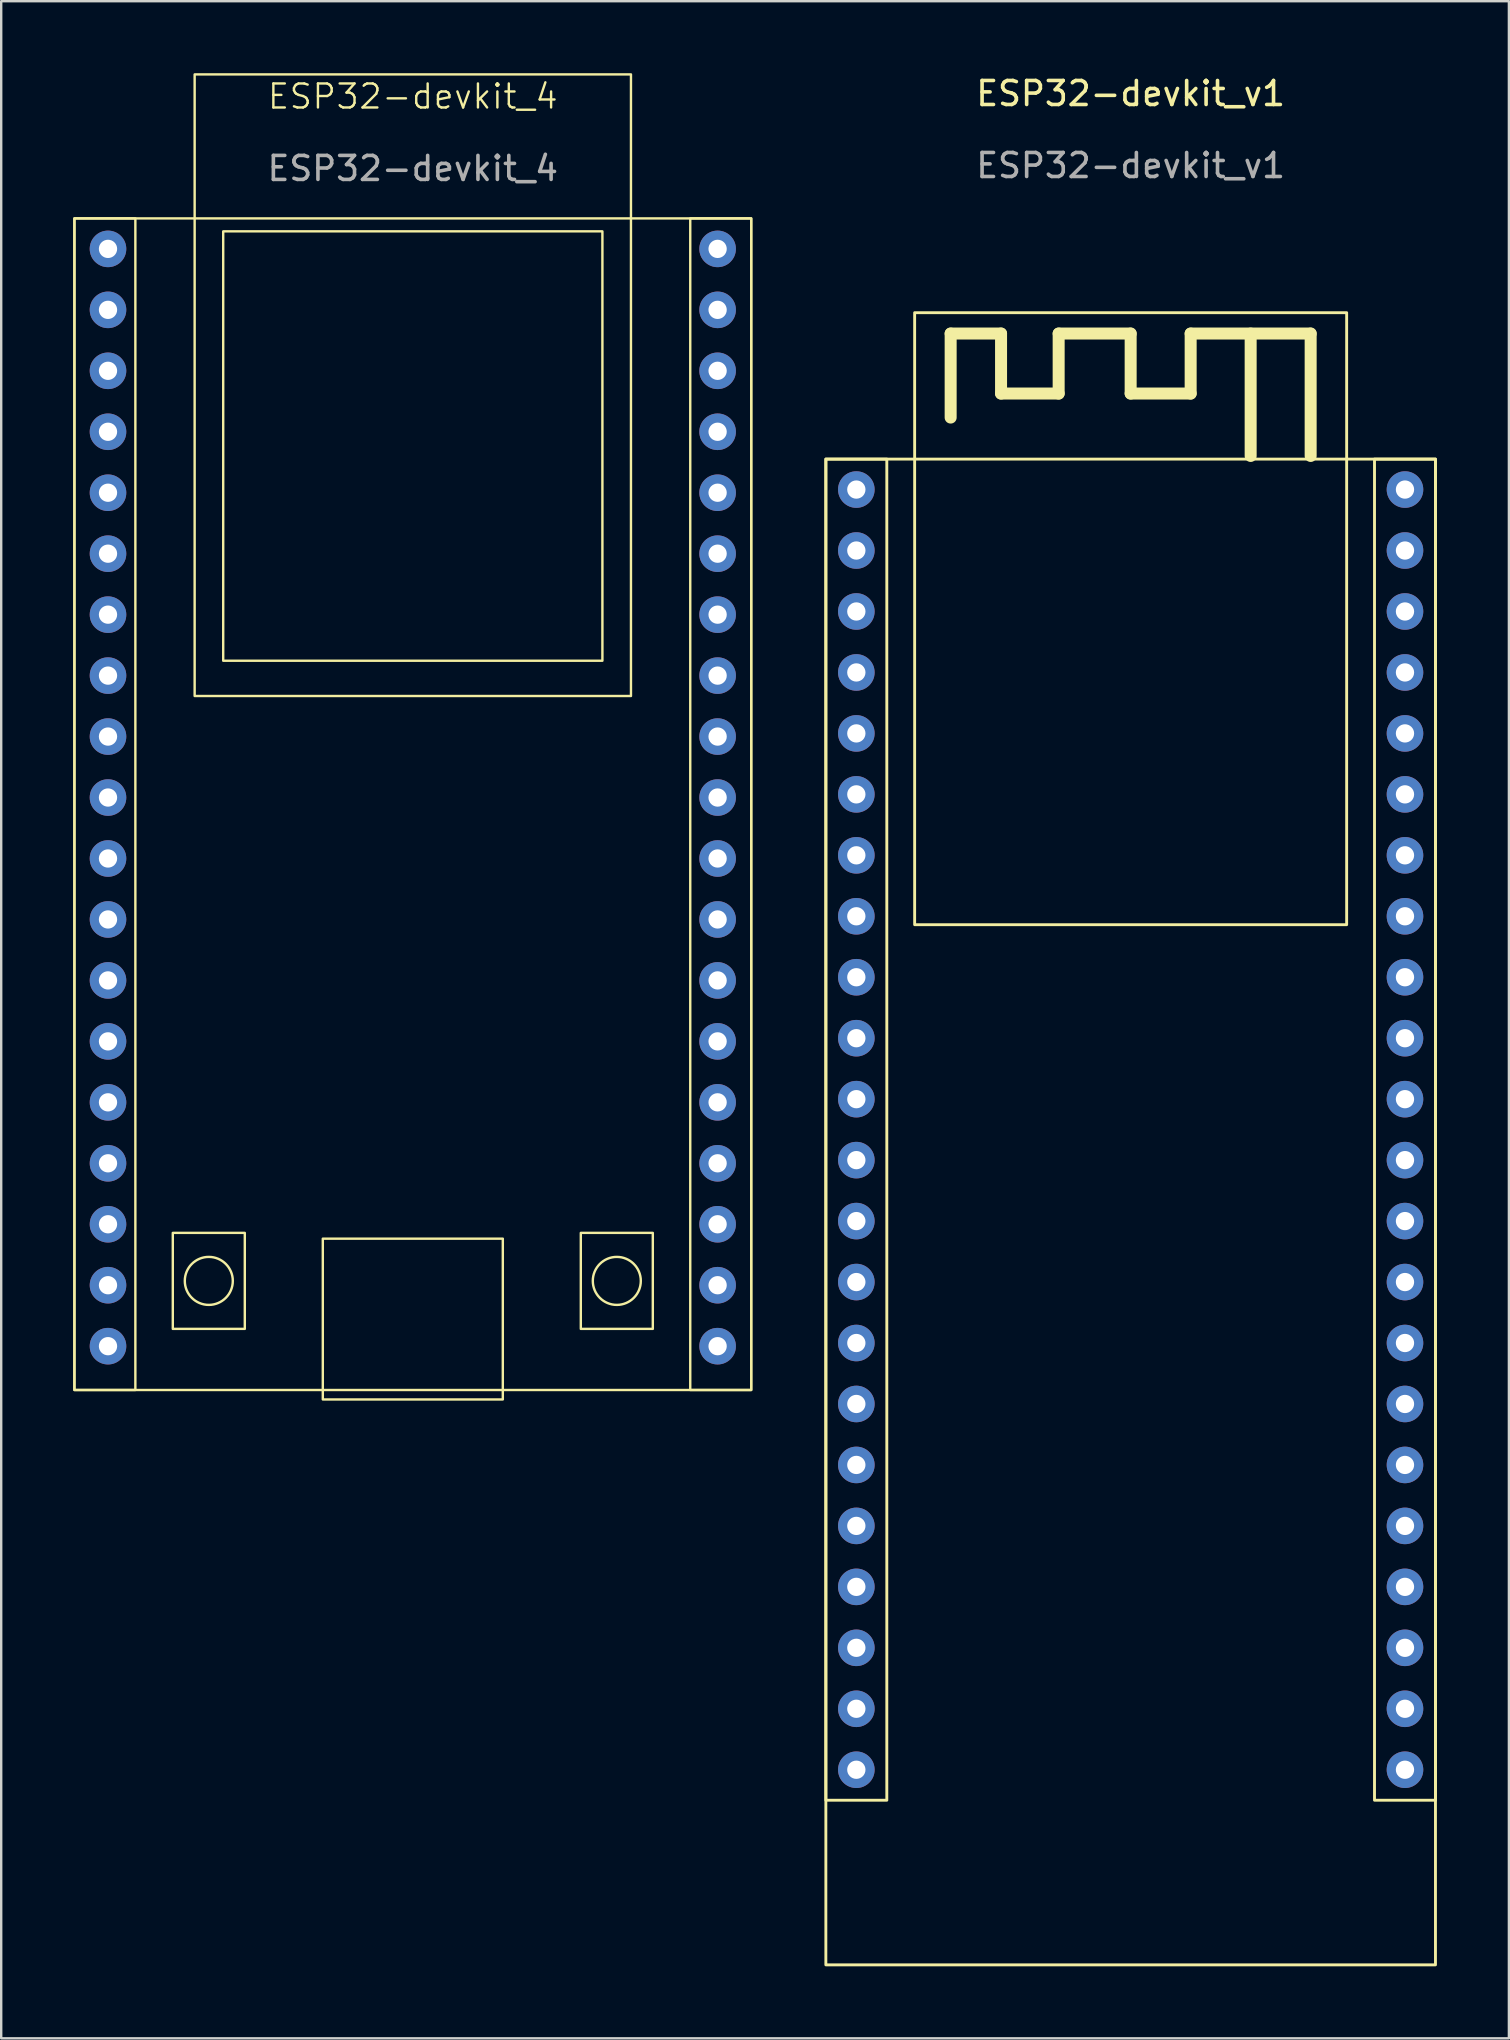
<source format=kicad_pcb>
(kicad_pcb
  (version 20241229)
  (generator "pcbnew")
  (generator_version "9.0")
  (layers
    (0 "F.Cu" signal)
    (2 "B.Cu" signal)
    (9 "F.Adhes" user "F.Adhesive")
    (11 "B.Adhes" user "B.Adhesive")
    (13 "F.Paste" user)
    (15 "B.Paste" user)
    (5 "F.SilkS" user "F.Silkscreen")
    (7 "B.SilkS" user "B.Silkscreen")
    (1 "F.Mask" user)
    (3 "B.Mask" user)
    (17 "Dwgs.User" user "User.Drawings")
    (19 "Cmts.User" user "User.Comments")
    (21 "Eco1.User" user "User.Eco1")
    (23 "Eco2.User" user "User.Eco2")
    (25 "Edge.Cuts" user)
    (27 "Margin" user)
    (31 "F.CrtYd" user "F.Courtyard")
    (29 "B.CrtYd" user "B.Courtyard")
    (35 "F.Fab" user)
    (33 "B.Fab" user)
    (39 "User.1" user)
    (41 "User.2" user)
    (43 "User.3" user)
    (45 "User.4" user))
  (footprint "ESP32-devkit_v1"
    (layer "F.Cu")
    (at 44.06 17.348)
    (property "Reference" "ESP32-devkit_v1" (at 0 -16.5 0) (unlocked yes) (layer "F.SilkS") (effects (font (size 1 1) (thickness 0.15))))
    (attr through_hole)
    (fp_line (start -7.5 -6.5) (end -7.5 -3) (stroke (width 0.5) (type solid)) (layer "F.SilkS"))
    (fp_line (start -5.4 -6.5) (end -7.5 -6.5) (stroke (width 0.5) (type solid)) (layer "F.SilkS"))
    (fp_line (start -5.4 -4) (end -5.4 -6.5) (stroke (width 0.5) (type solid)) (layer "F.SilkS"))
    (fp_line (start -3 -6.5) (end -3 -4) (stroke (width 0.5) (type solid)) (layer "F.SilkS"))
    (fp_line (start -3 -4) (end -5.4 -4) (stroke (width 0.5) (type solid)) (layer "F.SilkS"))
    (fp_line (start 0 -6.5) (end -3 -6.5) (stroke (width 0.5) (type solid)) (layer "F.SilkS"))
    (fp_line (start 0 -4) (end 0 -6.5) (stroke (width 0.5) (type solid)) (layer "F.SilkS"))
    (fp_line (start 2.5 -6.5) (end 2.5 -4) (stroke (width 0.5) (type solid)) (layer "F.SilkS"))
    (fp_line (start 2.5 -4) (end 0 -4) (stroke (width 0.5) (type solid)) (layer "F.SilkS"))
    (fp_line (start 5 -6.5) (end 5 -1.4) (stroke (width 0.5) (type solid)) (layer "F.SilkS"))
    (fp_line (start 7.5 -6.5) (end 2.5 -6.5) (stroke (width 0.5) (type solid)) (layer "F.SilkS"))
    (fp_line (start 7.5 -1.4) (end 7.5 -6.5) (stroke (width 0.5) (type solid)) (layer "F.SilkS"))
    (fp_rect (start -12.7 -1.27) (end -10.16 54.61) (stroke (width 0.12) (type solid)) (fill no) (layer "F.SilkS"))
    (fp_rect (start -12.7 -1.27) (end 12.7 61.47) (stroke (width 0.12) (type solid)) (fill no) (layer "F.SilkS"))
    (fp_rect (start -9 -7.37) (end 9 18.13) (stroke (width 0.12) (type solid)) (fill no) (layer "F.SilkS"))
    (fp_rect (start 10.16 -1.27) (end 12.7 54.61) (stroke (width 0.12) (type solid)) (fill no) (layer "F.SilkS"))
    (fp_text user "${REFERENCE}" (at 0 -13.5 0) (unlocked yes) (layer "F.Fab") (effects (font (size 1 1) (thickness 0.15))))
    (pad "1" thru_hole circle (at -11.43 0) (size 1.524 1.524) (drill 0.762) (layers "*.Cu" "*.Mask"))
    (pad "2" thru_hole circle (at -11.43 2.54) (size 1.524 1.524) (drill 0.762) (layers "*.Cu" "*.Mask"))
    (pad "3" thru_hole circle (at -11.43 5.08) (size 1.524 1.524) (drill 0.762) (layers "*.Cu" "*.Mask"))
    (pad "4" thru_hole circle (at -11.43 7.62) (size 1.524 1.524) (drill 0.762) (layers "*.Cu" "*.Mask"))
    (pad "5" thru_hole circle (at -11.43 10.16) (size 1.524 1.524) (drill 0.762) (layers "*.Cu" "*.Mask"))
    (pad "6" thru_hole circle (at -11.43 12.7) (size 1.524 1.524) (drill 0.762) (layers "*.Cu" "*.Mask"))
    (pad "7" thru_hole circle (at -11.43 15.24) (size 1.524 1.524) (drill 0.762) (layers "*.Cu" "*.Mask"))
    (pad "8" thru_hole circle (at -11.43 17.78) (size 1.524 1.524) (drill 0.762) (layers "*.Cu" "*.Mask"))
    (pad "9" thru_hole circle (at -11.43 20.32) (size 1.524 1.524) (drill 0.762) (layers "*.Cu" "*.Mask"))
    (pad "10" thru_hole circle (at -11.43 22.86) (size 1.524 1.524) (drill 0.762) (layers "*.Cu" "*.Mask"))
    (pad "11" thru_hole circle (at -11.43 25.4) (size 1.524 1.524) (drill 0.762) (layers "*.Cu" "*.Mask"))
    (pad "12" thru_hole circle (at -11.43 27.94) (size 1.524 1.524) (drill 0.762) (layers "*.Cu" "*.Mask"))
    (pad "13" thru_hole circle (at -11.43 30.48) (size 1.524 1.524) (drill 0.762) (layers "*.Cu" "*.Mask"))
    (pad "14" thru_hole circle (at -11.43 33.02) (size 1.524 1.524) (drill 0.762) (layers "*.Cu" "*.Mask"))
    (pad "15" thru_hole circle (at -11.43 35.56) (size 1.524 1.524) (drill 0.762) (layers "*.Cu" "*.Mask"))
    (pad "16" thru_hole circle (at -11.43 38.1) (size 1.524 1.524) (drill 0.762) (layers "*.Cu" "*.Mask"))
    (pad "17" thru_hole circle (at -11.43 40.64) (size 1.524 1.524) (drill 0.762) (layers "*.Cu" "*.Mask"))
    (pad "18" thru_hole circle (at -11.43 43.18) (size 1.524 1.524) (drill 0.762) (layers "*.Cu" "*.Mask"))
    (pad "19" thru_hole circle (at -11.43 45.72) (size 1.524 1.524) (drill 0.762) (layers "*.Cu" "*.Mask"))
    (pad "20" thru_hole circle (at -11.43 48.26) (size 1.524 1.524) (drill 0.762) (layers "*.Cu" "*.Mask"))
    (pad "21" thru_hole circle (at -11.43 50.8) (size 1.524 1.524) (drill 0.762) (layers "*.Cu" "*.Mask"))
    (pad "22" thru_hole circle (at -11.43 53.34) (size 1.524 1.524) (drill 0.762) (layers "*.Cu" "*.Mask"))
    (pad "23" thru_hole circle (at 11.43 0) (size 1.524 1.524) (drill 0.762) (layers "*.Cu" "*.Mask"))
    (pad "24" thru_hole circle (at 11.43 2.54) (size 1.524 1.524) (drill 0.762) (layers "*.Cu" "*.Mask"))
    (pad "25" thru_hole circle (at 11.43 5.08) (size 1.524 1.524) (drill 0.762) (layers "*.Cu" "*.Mask"))
    (pad "26" thru_hole circle (at 11.43 7.62) (size 1.524 1.524) (drill 0.762) (layers "*.Cu" "*.Mask"))
    (pad "27" thru_hole circle (at 11.43 10.16) (size 1.524 1.524) (drill 0.762) (layers "*.Cu" "*.Mask"))
    (pad "28" thru_hole circle (at 11.43 12.7) (size 1.524 1.524) (drill 0.762) (layers "*.Cu" "*.Mask"))
    (pad "29" thru_hole circle (at 11.43 15.24) (size 1.524 1.524) (drill 0.762) (layers "*.Cu" "*.Mask"))
    (pad "30" thru_hole circle (at 11.43 17.78) (size 1.524 1.524) (drill 0.762) (layers "*.Cu" "*.Mask"))
    (pad "31" thru_hole circle (at 11.43 20.32) (size 1.524 1.524) (drill 0.762) (layers "*.Cu" "*.Mask"))
    (pad "32" thru_hole circle (at 11.43 22.86) (size 1.524 1.524) (drill 0.762) (layers "*.Cu" "*.Mask"))
    (pad "33" thru_hole circle (at 11.43 25.4) (size 1.524 1.524) (drill 0.762) (layers "*.Cu" "*.Mask"))
    (pad "34" thru_hole circle (at 11.43 27.94) (size 1.524 1.524) (drill 0.762) (layers "*.Cu" "*.Mask"))
    (pad "35" thru_hole circle (at 11.43 30.48) (size 1.524 1.524) (drill 0.762) (layers "*.Cu" "*.Mask"))
    (pad "36" thru_hole circle (at 11.43 33.02) (size 1.524 1.524) (drill 0.762) (layers "*.Cu" "*.Mask"))
    (pad "37" thru_hole circle (at 11.43 35.56) (size 1.524 1.524) (drill 0.762) (layers "*.Cu" "*.Mask"))
    (pad "38" thru_hole circle (at 11.43 38.1) (size 1.524 1.524) (drill 0.762) (layers "*.Cu" "*.Mask"))
    (pad "39" thru_hole circle (at 11.43 40.64) (size 1.524 1.524) (drill 0.762) (layers "*.Cu" "*.Mask"))
    (pad "40" thru_hole circle (at 11.43 43.18) (size 1.524 1.524) (drill 0.762) (layers "*.Cu" "*.Mask"))
    (pad "41" thru_hole circle (at 11.43 45.72) (size 1.524 1.524) (drill 0.762) (layers "*.Cu" "*.Mask"))
    (pad "42" thru_hole circle (at 11.43 48.26) (size 1.524 1.524) (drill 0.762) (layers "*.Cu" "*.Mask"))
    (pad "43" thru_hole circle (at 11.43 50.8) (size 1.524 1.524) (drill 0.762) (layers "*.Cu" "*.Mask"))
    (pad "44" thru_hole circle (at 11.43 53.34) (size 1.524 1.524) (drill 0.762) (layers "*.Cu" "*.Mask")))
  (footprint "ESP32-devkit_4"
    (layer "F.Cu")
    (at 14.15 7.32)
    (property "Reference" "ESP32-devkit_4" (at 0 -6.35 0) (unlocked yes) (layer "F.SilkS") (effects (font (size 1 1) (thickness 0.1))))
    (attr through_hole)
    (fp_rect (start -14.1 -1.27) (end -11.56 47.545) (stroke (width 0.1) (type default)) (fill no) (layer "F.SilkS"))
    (fp_rect (start -14.1 -1.27) (end 14.1 47.545) (stroke (width 0.1) (type default)) (fill no) (layer "F.SilkS"))
    (fp_rect (start -10 41) (end -7 45) (stroke (width 0.1) (type default)) (fill no) (layer "F.SilkS"))
    (fp_rect (start -9.09 -7.27) (end 9.09 18.63) (stroke (width 0.1) (type default)) (fill no) (layer "F.SilkS"))
    (fp_rect (start -7.9 -0.73) (end 7.9 17.16) (stroke (width 0.1) (type default)) (fill no) (layer "F.SilkS"))
    (fp_rect (start -3.75 41.24) (end 3.75 47.94) (stroke (width 0.1) (type default)) (fill no) (layer "F.SilkS"))
    (fp_rect (start 7 41) (end 10 45) (stroke (width 0.1) (type default)) (fill no) (layer "F.SilkS"))
    (fp_rect (start 11.56 -1.27) (end 14.1 47.545) (stroke (width 0.1) (type default)) (fill no) (layer "F.SilkS"))
    (fp_circle (center -8.5 43) (end -7.5 43) (stroke (width 0.1) (type default)) (fill no) (layer "F.SilkS"))
    (fp_circle (center 8.5 43) (end 9.5 43) (stroke (width 0.1) (type default)) (fill no) (layer "F.SilkS"))
    (fp_text user "${REFERENCE}" (at 0 -3.35 0) (unlocked yes) (layer "F.Fab") (effects (font (size 1 1) (thickness 0.15))))
    (pad "1" thru_hole circle (at -12.7 0) (size 1.524 1.524) (drill 0.762) (layers "*.Cu" "*.Mask"))
    (pad "2" thru_hole circle (at -12.7 2.54) (size 1.524 1.524) (drill 0.762) (layers "*.Cu" "*.Mask"))
    (pad "3" thru_hole circle (at -12.7 5.08) (size 1.524 1.524) (drill 0.762) (layers "*.Cu" "*.Mask"))
    (pad "4" thru_hole circle (at -12.7 7.62) (size 1.524 1.524) (drill 0.762) (layers "*.Cu" "*.Mask"))
    (pad "5" thru_hole circle (at -12.7 10.16) (size 1.524 1.524) (drill 0.762) (layers "*.Cu" "*.Mask"))
    (pad "6" thru_hole circle (at -12.7 12.7) (size 1.524 1.524) (drill 0.762) (layers "*.Cu" "*.Mask"))
    (pad "7" thru_hole circle (at -12.7 15.24) (size 1.524 1.524) (drill 0.762) (layers "*.Cu" "*.Mask"))
    (pad "8" thru_hole circle (at -12.7 17.78) (size 1.524 1.524) (drill 0.762) (layers "*.Cu" "*.Mask"))
    (pad "9" thru_hole circle (at -12.7 20.32) (size 1.524 1.524) (drill 0.762) (layers "*.Cu" "*.Mask"))
    (pad "10" thru_hole circle (at -12.7 22.86) (size 1.524 1.524) (drill 0.762) (layers "*.Cu" "*.Mask"))
    (pad "11" thru_hole circle (at -12.7 25.4) (size 1.524 1.524) (drill 0.762) (layers "*.Cu" "*.Mask"))
    (pad "12" thru_hole circle (at -12.7 27.94) (size 1.524 1.524) (drill 0.762) (layers "*.Cu" "*.Mask"))
    (pad "13" thru_hole circle (at -12.7 30.48) (size 1.524 1.524) (drill 0.762) (layers "*.Cu" "*.Mask"))
    (pad "14" thru_hole circle (at -12.7 33.02) (size 1.524 1.524) (drill 0.762) (layers "*.Cu" "*.Mask"))
    (pad "15" thru_hole circle (at -12.7 35.56) (size 1.524 1.524) (drill 0.762) (layers "*.Cu" "*.Mask"))
    (pad "16" thru_hole circle (at -12.7 38.1) (size 1.524 1.524) (drill 0.762) (layers "*.Cu" "*.Mask"))
    (pad "17" thru_hole circle (at -12.7 40.64) (size 1.524 1.524) (drill 0.762) (layers "*.Cu" "*.Mask"))
    (pad "18" thru_hole circle (at -12.7 43.18) (size 1.524 1.524) (drill 0.762) (layers "*.Cu" "*.Mask"))
    (pad "19" thru_hole circle (at -12.7 45.72) (size 1.524 1.524) (drill 0.762) (layers "*.Cu" "*.Mask"))
    (pad "20" thru_hole circle (at 12.7 0) (size 1.524 1.524) (drill 0.762) (layers "*.Cu" "*.Mask"))
    (pad "21" thru_hole circle (at 12.7 2.54) (size 1.524 1.524) (drill 0.762) (layers "*.Cu" "*.Mask"))
    (pad "22" thru_hole circle (at 12.7 5.08) (size 1.524 1.524) (drill 0.762) (layers "*.Cu" "*.Mask"))
    (pad "23" thru_hole circle (at 12.7 7.62) (size 1.524 1.524) (drill 0.762) (layers "*.Cu" "*.Mask"))
    (pad "24" thru_hole circle (at 12.7 10.16) (size 1.524 1.524) (drill 0.762) (layers "*.Cu" "*.Mask"))
    (pad "25" thru_hole circle (at 12.7 12.7) (size 1.524 1.524) (drill 0.762) (layers "*.Cu" "*.Mask"))
    (pad "26" thru_hole circle (at 12.7 15.24) (size 1.524 1.524) (drill 0.762) (layers "*.Cu" "*.Mask"))
    (pad "27" thru_hole circle (at 12.7 17.78) (size 1.524 1.524) (drill 0.762) (layers "*.Cu" "*.Mask"))
    (pad "28" thru_hole circle (at 12.7 20.32) (size 1.524 1.524) (drill 0.762) (layers "*.Cu" "*.Mask"))
    (pad "29" thru_hole circle (at 12.7 22.86) (size 1.524 1.524) (drill 0.762) (layers "*.Cu" "*.Mask"))
    (pad "30" thru_hole circle (at 12.7 25.4) (size 1.524 1.524) (drill 0.762) (layers "*.Cu" "*.Mask"))
    (pad "31" thru_hole circle (at 12.7 27.94) (size 1.524 1.524) (drill 0.762) (layers "*.Cu" "*.Mask"))
    (pad "32" thru_hole circle (at 12.7 30.48) (size 1.524 1.524) (drill 0.762) (layers "*.Cu" "*.Mask"))
    (pad "33" thru_hole circle (at 12.7 33.02) (size 1.524 1.524) (drill 0.762) (layers "*.Cu" "*.Mask"))
    (pad "34" thru_hole circle (at 12.7 35.56) (size 1.524 1.524) (drill 0.762) (layers "*.Cu" "*.Mask"))
    (pad "35" thru_hole circle (at 12.7 38.1) (size 1.524 1.524) (drill 0.762) (layers "*.Cu" "*.Mask"))
    (pad "36" thru_hole circle (at 12.7 40.64) (size 1.524 1.524) (drill 0.762) (layers "*.Cu" "*.Mask"))
    (pad "37" thru_hole circle (at 12.7 43.18) (size 1.524 1.524) (drill 0.762) (layers "*.Cu" "*.Mask"))
    (pad "38" thru_hole circle (at 12.7 45.72) (size 1.524 1.524) (drill 0.762) (layers "*.Cu" "*.Mask")))
  (gr_rect
    (start -3 -3)
    (end 59.82 81.878)
    (stroke (width 0.1) (type default))
    (fill no)
    (layer "Edge.Cuts")))
</source>
